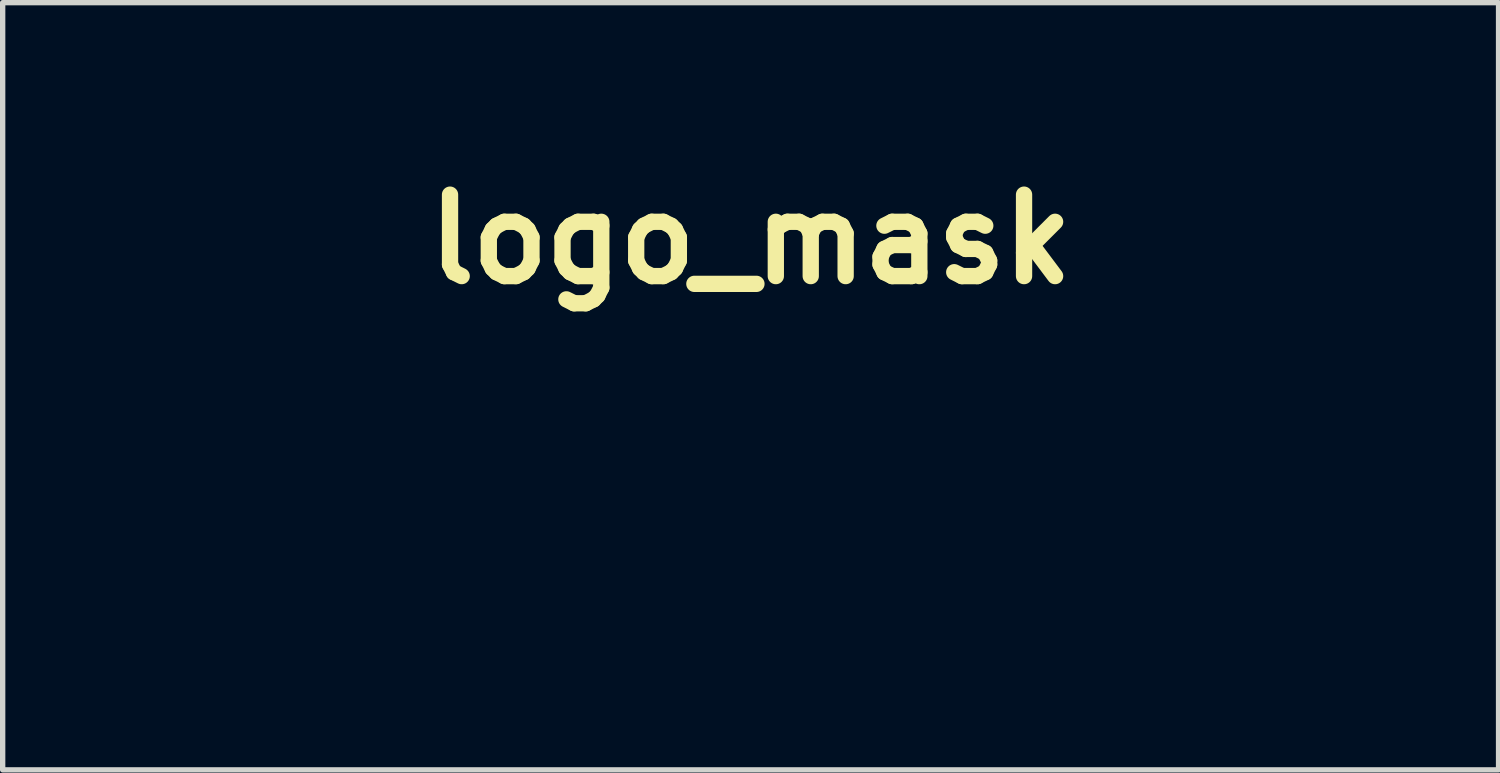
<source format=kicad_pcb>
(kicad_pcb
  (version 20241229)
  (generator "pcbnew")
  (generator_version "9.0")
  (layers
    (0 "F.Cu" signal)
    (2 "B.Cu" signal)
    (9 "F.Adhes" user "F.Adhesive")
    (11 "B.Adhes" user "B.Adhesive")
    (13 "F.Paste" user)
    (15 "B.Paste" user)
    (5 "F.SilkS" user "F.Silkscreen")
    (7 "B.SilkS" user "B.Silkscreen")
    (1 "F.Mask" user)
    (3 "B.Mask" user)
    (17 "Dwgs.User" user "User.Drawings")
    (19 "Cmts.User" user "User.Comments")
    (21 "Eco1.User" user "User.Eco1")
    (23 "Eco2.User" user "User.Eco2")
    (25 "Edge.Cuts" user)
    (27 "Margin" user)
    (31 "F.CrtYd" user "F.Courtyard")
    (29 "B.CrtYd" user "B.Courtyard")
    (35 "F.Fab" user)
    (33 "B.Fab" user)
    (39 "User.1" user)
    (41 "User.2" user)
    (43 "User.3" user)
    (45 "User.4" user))
  (footprint "logo_mask"
    (layer "F.Cu")
    (at 10.995 6.415)
    (property "Reference" "logo_mask" (at 0 -4.988 0) (layer "F.SilkS") (effects (font (size 1.524 1.524) (thickness 0.305))))
    (attr smd)
    (fp_poly (pts (xy -4.493 1.149) (xy -4.269 -1.94) (xy -6.914 -1.94) (xy -6.978 -1.935) (xy -7.037 -1.918) (xy -7.092 -1.892) (xy -7.142 -1.857) (xy -7.184 -1.815) (xy -7.219 -1.766) (xy -7.245 -1.711) (xy -7.261 -1.651) (xy -7.267 -1.587) (xy -7.267 1.588) (xy -7.261 1.651) (xy -7.245 1.711) (xy -7.219 1.766) (xy -7.184 1.815) (xy -7.142 1.857) (xy -7.092 1.892) (xy -7.037 1.918) (xy -6.978 1.935) (xy -6.914 1.94) (xy -4.269 1.94) (xy -4.205 1.935) (xy -4.145 1.918) (xy -4.091 1.892) (xy -4.041 1.857) (xy -3.999 1.815) (xy -3.964 1.766) (xy -3.938 1.711) (xy -3.921 1.651) (xy -3.916 1.588) (xy -3.916 -1.587) (xy -3.921 -1.651) (xy -3.938 -1.711) (xy -3.964 -1.766) (xy -3.999 -1.815) (xy -4.041 -1.857) (xy -4.091 -1.892) (xy -4.145 -1.918) (xy -4.205 -1.935) (xy -4.269 -1.94) (xy -4.493 1.149) (xy -6.662 1.149) (xy -6.662 -1.095) (xy -6.239 -1.095) (xy -6.239 0.81) (xy -4.493 0.81) (xy -4.493 1.149)) (stroke (width 0) (type solid)) (fill yes) (layer "F.Mask"))
    (fp_poly (pts (xy -8.185 -0.762) (xy -7.996 -1.94) (xy -10.642 -1.94) (xy -10.706 -1.935) (xy -10.765 -1.918) (xy -10.82 -1.892) (xy -10.869 -1.857) (xy -10.912 -1.815) (xy -10.947 -1.766) (xy -10.973 -1.711) (xy -10.989 -1.651) (xy -10.995 -1.587) (xy -10.995 1.588) (xy -10.989 1.651) (xy -10.973 1.711) (xy -10.947 1.766) (xy -10.912 1.815) (xy -10.869 1.857) (xy -10.82 1.892) (xy -10.765 1.918) (xy -10.706 1.935) (xy -10.642 1.94) (xy -7.996 1.94) (xy -7.933 1.935) (xy -7.873 1.918) (xy -7.818 1.892) (xy -7.769 1.857) (xy -7.726 1.815) (xy -7.692 1.766) (xy -7.666 1.711) (xy -7.649 1.651) (xy -7.643 1.588) (xy -7.643 -1.587) (xy -7.649 -1.651) (xy -7.666 -1.711) (xy -7.692 -1.766) (xy -7.726 -1.815) (xy -7.769 -1.857) (xy -7.818 -1.892) (xy -7.873 -1.918) (xy -7.933 -1.935) (xy -7.996 -1.94) (xy -8.185 -0.762) (xy -9.994 -0.762) (xy -9.994 -0.068) (xy -8.973 -0.068) (xy -8.973 0.26) (xy -9.994 0.26) (xy -9.994 1.149) (xy -10.418 1.149) (xy -10.418 -1.095) (xy -8.185 -1.095) (xy -8.185 -0.762)) (stroke (width 0) (type solid)) (fill yes) (layer "F.Mask"))
    (fp_poly (pts (xy 2.501 1.149) (xy 0.188 1.588) (xy 0.194 1.651) (xy 0.21 1.711) (xy 0.236 1.766) (xy 0.271 1.815) (xy 0.314 1.857) (xy 0.363 1.892) (xy 0.418 1.918) (xy 0.477 1.935) (xy 0.541 1.94) (xy 3.187 1.94) (xy 3.25 1.935) (xy 3.31 1.918) (xy 3.365 1.892) (xy 3.414 1.857) (xy 3.457 1.815) (xy 3.491 1.766) (xy 3.517 1.711) (xy 3.534 1.651) (xy 3.539 1.588) (xy 3.539 -1.587) (xy 3.534 -1.651) (xy 3.517 -1.711) (xy 3.491 -1.766) (xy 3.457 -1.815) (xy 3.414 -1.857) (xy 3.365 -1.892) (xy 3.31 -1.918) (xy 3.25 -1.935) (xy 3.187 -1.94) (xy 0.541 -1.94) (xy 0.477 -1.935) (xy 0.418 -1.918) (xy 0.363 -1.892) (xy 0.314 -1.857) (xy 0.271 -1.815) (xy 0.236 -1.766) (xy 0.21 -1.711) (xy 0.194 -1.651) (xy 0.188 -1.587) (xy 0.188 1.588) (xy 2.501 1.149) (xy 1.003 0.143) (xy 1.003 1.149) (xy 0.58 1.149) (xy 0.58 -1.095) (xy 1.003 -1.095) (xy 1.003 -0.132) (xy 2.422 -1.095) (xy 3.009 -1.095) (xy 1.353 -0.01) (xy 3.194 1.149) (xy 2.501 1.149)) (stroke (width 0) (type solid)) (fill yes) (layer "F.Mask"))
    (fp_poly (pts (xy -0.639 0.62) (xy -0.541 -1.94) (xy -3.187 -1.94) (xy -3.25 -1.935) (xy -3.31 -1.918) (xy -3.365 -1.892) (xy -3.414 -1.857) (xy -3.457 -1.815) (xy -3.491 -1.766) (xy -3.517 -1.711) (xy -3.534 -1.651) (xy -3.539 -1.588) (xy -3.539 1.588) (xy -3.534 1.651) (xy -3.517 1.711) (xy -3.491 1.766) (xy -3.457 1.815) (xy -3.414 1.857) (xy -3.365 1.892) (xy -3.31 1.918) (xy -3.25 1.935) (xy -3.187 1.94) (xy -0.541 1.94) (xy -0.477 1.935) (xy -0.418 1.918) (xy -0.363 1.892) (xy -0.314 1.857) (xy -0.271 1.815) (xy -0.236 1.766) (xy -0.21 1.711) (xy -0.194 1.651) (xy -0.188 1.588) (xy -0.188 -1.588) (xy -0.194 -1.651) (xy -0.21 -1.711) (xy -0.236 -1.766) (xy -0.271 -1.815) (xy -0.314 -1.857) (xy -0.363 -1.892) (xy -0.418 -1.918) (xy -0.477 -1.935) (xy -0.541 -1.94) (xy -0.639 0.62) (xy -0.641 0.703) (xy -0.648 0.779) (xy -0.66 0.847) (xy -0.676 0.906) (xy -0.697 0.958) (xy -0.722 1.002) (xy -0.752 1.038) (xy -0.789 1.067) (xy -0.834 1.092) (xy -0.888 1.113) (xy -0.95 1.128) (xy -1.021 1.14) (xy -1.1 1.147) (xy -1.188 1.149) (xy -2.577 1.149) (xy -2.663 1.147) (xy -2.741 1.14) (xy -2.811 1.128) (xy -2.873 1.113) (xy -2.927 1.092) (xy -2.972 1.067) (xy -3.01 1.038) (xy -3.04 1.002) (xy -3.066 0.958) (xy -3.088 0.906) (xy -3.104 0.847) (xy -3.116 0.779) (xy -3.123 0.703) (xy -3.126 0.62) (xy -3.126 -1.095) (xy -2.702 -1.095) (xy -2.702 0.815) (xy -1.062 0.815) (xy -1.062 -1.095) (xy -0.639 -1.095) (xy -0.639 0.62)) (stroke (width 0) (type solid)) (fill yes) (layer "F.Mask"))
    (fp_poly (pts (xy 10.696 0.62) (xy 10.706 1.935) (xy 10.765 1.918) (xy 10.82 1.892) (xy 10.869 1.857) (xy 10.912 1.815) (xy 10.947 1.766) (xy 10.973 1.711) (xy 10.989 1.651) (xy 10.995 1.588) (xy 10.995 -1.587) (xy 10.989 -1.651) (xy 10.973 -1.711) (xy 10.947 -1.766) (xy 10.912 -1.815) (xy 10.869 -1.857) (xy 10.82 -1.892) (xy 10.765 -1.918) (xy 10.706 -1.935) (xy 10.642 -1.94) (xy 7.996 -1.94) (xy 7.933 -1.935) (xy 7.873 -1.918) (xy 7.818 -1.892) (xy 7.769 -1.857) (xy 7.726 -1.815) (xy 7.692 -1.766) (xy 7.666 -1.711) (xy 7.649 -1.651) (xy 7.643 -1.587) (xy 7.643 1.588) (xy 7.649 1.651) (xy 7.666 1.711) (xy 7.692 1.766) (xy 7.726 1.815) (xy 7.769 1.857) (xy 7.818 1.892) (xy 7.873 1.918) (xy 7.933 1.935) (xy 7.996 1.94) (xy 10.642 1.94) (xy 10.706 1.935) (xy 10.696 0.62) (xy 10.273 0.815) (xy 10.273 -0.762) (xy 8.399 -0.762) (xy 8.399 0.815) (xy 10.273 0.815) (xy 10.696 0.62) (xy 10.694 0.703) (xy 10.686 0.779) (xy 10.675 0.847) (xy 10.658 0.906) (xy 10.637 0.958) (xy 10.61 1.002) (xy 10.58 1.038) (xy 10.542 1.067) (xy 10.497 1.092) (xy 10.443 1.113) (xy 10.381 1.128) (xy 10.311 1.14) (xy 10.232 1.147) (xy 10.146 1.149) (xy 8.526 1.149) (xy 8.438 1.147) (xy 8.359 1.14) (xy 8.288 1.129) (xy 8.226 1.113) (xy 8.172 1.093) (xy 8.127 1.069) (xy 8.09 1.04) (xy 8.06 1.005) (xy 8.034 0.962) (xy 8.013 0.91) (xy 7.997 0.85) (xy 7.985 0.781) (xy 7.978 0.705) (xy 7.976 0.62) (xy 7.976 -0.56) (xy 7.978 -0.644) (xy 7.986 -0.72) (xy 7.997 -0.788) (xy 8.014 -0.848) (xy 8.035 -0.9) (xy 8.062 -0.945) (xy 8.092 -0.981) (xy 8.13 -1.011) (xy 8.175 -1.037) (xy 8.229 -1.058) (xy 8.291 -1.074) (xy 8.361 -1.086) (xy 8.44 -1.093) (xy 8.526 -1.095) (xy 10.146 -1.095) (xy 10.232 -1.093) (xy 10.311 -1.086) (xy 10.381 -1.074) (xy 10.443 -1.058) (xy 10.497 -1.037) (xy 10.542 -1.011) (xy 10.58 -0.981) (xy 10.61 -0.945) (xy 10.637 -0.9) (xy 10.658 -0.848) (xy 10.675 -0.788) (xy 10.686 -0.72) (xy 10.694 -0.644) (xy 10.696 -0.56) (xy 10.696 0.62)) (stroke (width 0) (type solid)) (fill yes) (layer "F.Mask"))
    (fp_poly (pts (xy 6.785 0.618) (xy 6.914 -1.94) (xy 4.269 -1.94) (xy 4.205 -1.935) (xy 4.145 -1.918) (xy 4.091 -1.892) (xy 4.041 -1.857) (xy 3.999 -1.815) (xy 3.964 -1.766) (xy 3.938 -1.711) (xy 3.921 -1.651) (xy 3.916 -1.587) (xy 3.916 1.588) (xy 3.921 1.651) (xy 3.938 1.711) (xy 3.964 1.766) (xy 3.999 1.815) (xy 4.041 1.857) (xy 4.091 1.892) (xy 4.145 1.918) (xy 4.205 1.935) (xy 4.269 1.94) (xy 6.914 1.94) (xy 6.978 1.935) (xy 7.037 1.918) (xy 7.092 1.892) (xy 7.142 1.857) (xy 7.184 1.815) (xy 7.219 1.766) (xy 7.245 1.711) (xy 7.261 1.651) (xy 7.267 1.588) (xy 7.267 -1.587) (xy 7.261 -1.651) (xy 7.245 -1.711) (xy 7.219 -1.766) (xy 7.184 -1.815) (xy 7.142 -1.857) (xy 7.092 -1.892) (xy 7.037 -1.918) (xy 6.978 -1.935) (xy 6.914 -1.94) (xy 6.785 0.618) (xy 6.783 0.702) (xy 6.776 0.778) (xy 6.765 0.846) (xy 6.748 0.905) (xy 6.727 0.957) (xy 6.702 1.001) (xy 6.672 1.037) (xy 6.635 1.067) (xy 6.59 1.092) (xy 6.537 1.112) (xy 6.475 1.128) (xy 6.405 1.14) (xy 6.327 1.147) (xy 6.24 1.149) (xy 4.875 1.149) (xy 4.787 1.147) (xy 4.708 1.14) (xy 4.637 1.129) (xy 4.574 1.113) (xy 4.521 1.093) (xy 4.475 1.068) (xy 4.439 1.039) (xy 4.408 1.004) (xy 4.383 0.961) (xy 4.362 0.91) (xy 4.346 0.85) (xy 4.334 0.783) (xy 4.327 0.708) (xy 4.325 0.625) (xy 4.325 0.561) (xy 4.711 0.482) (xy 4.711 0.815) (xy 6.404 0.815) (xy 6.404 0.18) (xy 4.96 0.18) (xy 4.873 0.178) (xy 4.795 0.171) (xy 4.725 0.16) (xy 4.664 0.144) (xy 4.61 0.124) (xy 4.565 0.099) (xy 4.529 0.069) (xy 4.498 0.034) (xy 4.473 -0.01) (xy 4.452 -0.062) (xy 4.436 -0.122) (xy 4.424 -0.189) (xy 4.417 -0.265) (xy 4.415 -0.349) (xy 4.415 -0.56) (xy 4.417 -0.646) (xy 4.424 -0.722) (xy 4.436 -0.791) (xy 4.452 -0.852) (xy 4.473 -0.904) (xy 4.498 -0.948) (xy 4.529 -0.984) (xy 4.565 -1.013) (xy 4.61 -1.038) (xy 4.664 -1.059) (xy 4.725 -1.074) (xy 4.795 -1.086) (xy 4.873 -1.093) (xy 4.96 -1.095) (xy 6.209 -1.095) (xy 6.291 -1.093) (xy 6.367 -1.086) (xy 6.435 -1.075) (xy 6.495 -1.06) (xy 6.549 -1.041) (xy 6.595 -1.017) (xy 6.635 -0.989) (xy 6.668 -0.955) (xy 6.696 -0.914) (xy 6.718 -0.866) (xy 6.736 -0.811) (xy 6.749 -0.749) (xy 6.756 -0.679) (xy 6.759 -0.603) (xy 6.759 -0.55) (xy 6.373 -0.465) (xy 6.373 -0.762) (xy 4.801 -0.762) (xy 4.801 -0.185) (xy 6.24 -0.185) (xy 6.327 -0.183) (xy 6.405 -0.176) (xy 6.475 -0.164) (xy 6.537 -0.148) (xy 6.59 -0.128) (xy 6.635 -0.103) (xy 6.672 -0.073) (xy 6.702 -0.037) (xy 6.727 0.007) (xy 6.748 0.059) (xy 6.765 0.119) (xy 6.776 0.187) (xy 6.783 0.262) (xy 6.785 0.346) (xy 6.785 0.618)) (stroke (width 0) (type solid)) (fill yes) (layer "F.Mask")))
  (gr_rect
    (start -3 -3)
    (end 24.99 11.355)
    (stroke (width 0.1) (type default))
    (fill no)
    (layer "Edge.Cuts")))
</source>
